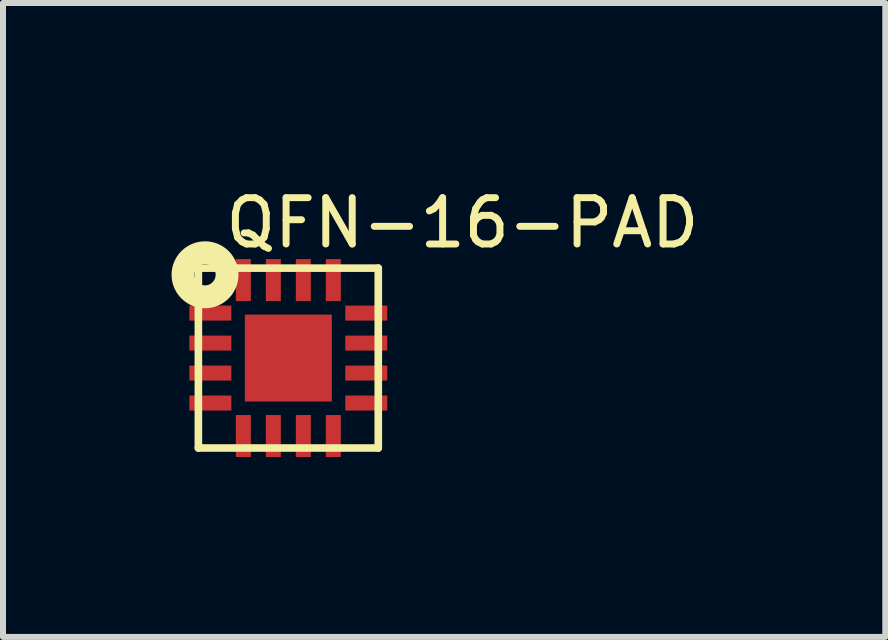
<source format=kicad_pcb>
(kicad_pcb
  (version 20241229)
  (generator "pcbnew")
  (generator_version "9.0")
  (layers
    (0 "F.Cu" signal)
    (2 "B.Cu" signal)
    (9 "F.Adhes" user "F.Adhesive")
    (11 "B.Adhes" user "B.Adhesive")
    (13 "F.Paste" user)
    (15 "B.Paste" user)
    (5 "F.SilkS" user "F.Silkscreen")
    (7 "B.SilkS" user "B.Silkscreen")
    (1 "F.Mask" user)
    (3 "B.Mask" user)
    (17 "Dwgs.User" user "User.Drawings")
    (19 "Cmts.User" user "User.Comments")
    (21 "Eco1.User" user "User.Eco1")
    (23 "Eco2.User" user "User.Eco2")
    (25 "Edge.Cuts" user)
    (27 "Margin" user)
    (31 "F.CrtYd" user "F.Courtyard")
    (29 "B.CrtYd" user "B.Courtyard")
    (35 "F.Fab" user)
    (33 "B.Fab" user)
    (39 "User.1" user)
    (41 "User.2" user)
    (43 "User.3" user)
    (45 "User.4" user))
  (footprint "QFN-16-PAD"
    (layer "F.Cu")
    (at 1.758 2.921)
    (property "Reference" "QFN-16-PAD" (at -1.106 -1.802 180) (layer "F.SilkS") (effects (font (size 0.772 0.772) (thickness 0.116)) (justify left bottom)))
    (attr through_hole)
    (fp_line (start -1.5 -1.5) (end 1.5 -1.5) (stroke (width 0.127) (type solid)) (layer "F.SilkS"))
    (fp_line (start -1.5 1.5) (end -1.5 -1.5) (stroke (width 0.127) (type solid)) (layer "F.SilkS"))
    (fp_line (start 1.5 -1.5) (end 1.5 1.5) (stroke (width 0.127) (type solid)) (layer "F.SilkS"))
    (fp_line (start 1.5 1.5) (end -1.5 1.5) (stroke (width 0.127) (type solid)) (layer "F.SilkS"))
    (fp_circle (center -1.389 -1.389) (end -1.212 -1.389) (stroke (width 0.381) (type solid)) (fill no) (layer "F.SilkS"))
    (pad "P$1" smd rect (at -1.3 -0.75 90) (size 0.25 0.7) (layers "F.Cu" "F.Mask" "F.Paste"))
    (pad "P$2" smd rect (at -1.3 -0.25 90) (size 0.25 0.7) (layers "F.Cu" "F.Mask" "F.Paste"))
    (pad "P$3" smd rect (at -1.3 0.25 90) (size 0.25 0.7) (layers "F.Cu" "F.Mask" "F.Paste"))
    (pad "P$4" smd rect (at -1.3 0.75 90) (size 0.25 0.7) (layers "F.Cu" "F.Mask" "F.Paste"))
    (pad "P$5" smd rect (at -0.75 1.3) (size 0.25 0.7) (layers "F.Cu" "F.Mask" "F.Paste"))
    (pad "P$6" smd rect (at -0.25 1.3) (size 0.25 0.7) (layers "F.Cu" "F.Mask" "F.Paste"))
    (pad "P$7" smd rect (at 0.25 1.3) (size 0.25 0.7) (layers "F.Cu" "F.Mask" "F.Paste"))
    (pad "P$8" smd rect (at 0.75 1.3) (size 0.25 0.7) (layers "F.Cu" "F.Mask" "F.Paste"))
    (pad "P$9" smd rect (at 1.3 0.75 270) (size 0.25 0.7) (layers "F.Cu" "F.Mask" "F.Paste"))
    (pad "P$10" smd rect (at 1.3 0.25 270) (size 0.25 0.7) (layers "F.Cu" "F.Mask" "F.Paste"))
    (pad "P$11" smd rect (at 1.3 -0.25 270) (size 0.25 0.7) (layers "F.Cu" "F.Mask" "F.Paste"))
    (pad "P$12" smd rect (at 1.3 -0.75 270) (size 0.25 0.7) (layers "F.Cu" "F.Mask" "F.Paste"))
    (pad "P$13" smd rect (at 0.75 -1.3 180) (size 0.25 0.7) (layers "F.Cu" "F.Mask" "F.Paste"))
    (pad "P$14" smd rect (at 0.25 -1.3 180) (size 0.25 0.7) (layers "F.Cu" "F.Mask" "F.Paste"))
    (pad "P$15" smd rect (at -0.25 -1.3 180) (size 0.25 0.7) (layers "F.Cu" "F.Mask" "F.Paste"))
    (pad "P$16" smd rect (at -0.75 -1.3 180) (size 0.25 0.7) (layers "F.Cu" "F.Mask" "F.Paste"))
    (pad "P$17" smd rect (at 0 0 270) (size 1.45 1.45) (layers "F.Cu" "F.Mask" "F.Paste")))
  (gr_rect
    (start -3 -3)
    (end 11.713 7.571)
    (stroke (width 0.1) (type default))
    (fill no)
    (layer "Edge.Cuts")))
</source>
